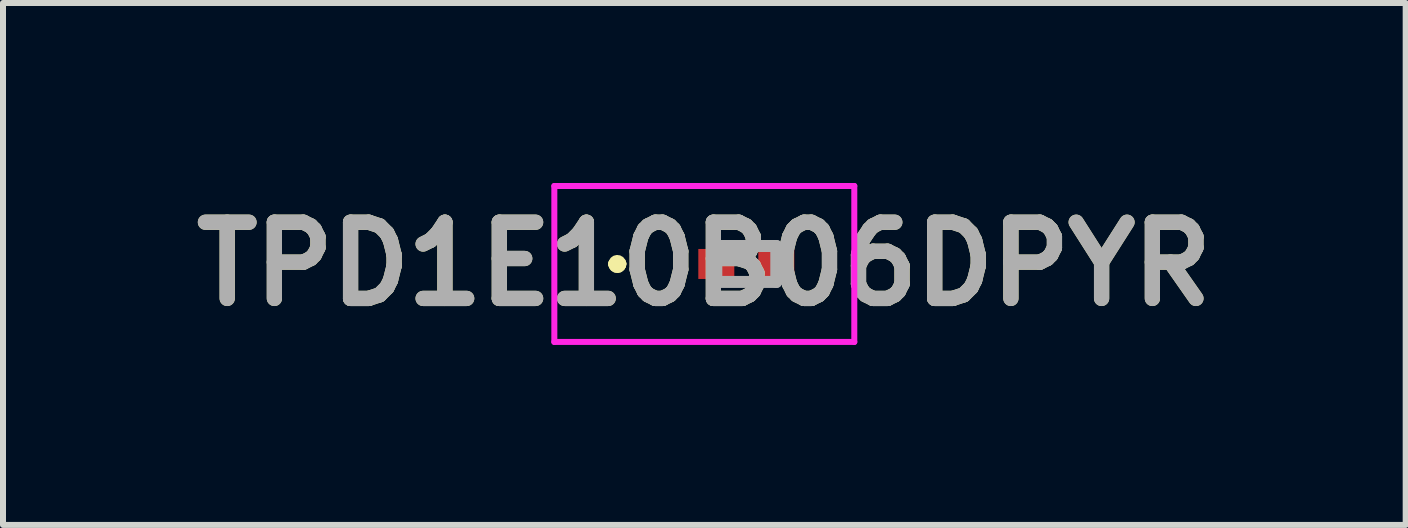
<source format=kicad_pcb>
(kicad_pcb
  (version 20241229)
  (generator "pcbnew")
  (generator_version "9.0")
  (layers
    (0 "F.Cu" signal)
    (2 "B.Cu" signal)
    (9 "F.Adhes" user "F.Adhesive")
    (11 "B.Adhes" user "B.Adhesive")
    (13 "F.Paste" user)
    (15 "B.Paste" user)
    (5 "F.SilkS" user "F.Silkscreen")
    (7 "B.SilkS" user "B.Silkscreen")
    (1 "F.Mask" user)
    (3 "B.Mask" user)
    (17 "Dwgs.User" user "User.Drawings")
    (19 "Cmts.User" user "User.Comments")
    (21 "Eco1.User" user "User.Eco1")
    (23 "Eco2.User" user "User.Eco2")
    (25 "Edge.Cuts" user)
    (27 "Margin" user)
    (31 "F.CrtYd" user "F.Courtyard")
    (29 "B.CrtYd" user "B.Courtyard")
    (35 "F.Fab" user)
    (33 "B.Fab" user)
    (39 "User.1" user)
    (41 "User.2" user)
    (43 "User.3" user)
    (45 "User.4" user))
  (footprint "TPD1E10B06DPYR"
    (layer "F.Cu")
    (at 9.39 1.35)
    (property "Reference" "TPD1E10B06DPYR" (at -0.7 0 0) (layer "F.SilkS") (effects (font (size 1.27 1.27) (thickness 0.254))))
    (attr smd)
    (fp_line (start -2.2 0) (end -2.2 0) (stroke (width 0.2) (type solid)) (layer "F.SilkS"))
    (fp_line (start -2.2 0) (end -2.2 0) (stroke (width 0.2) (type solid)) (layer "F.SilkS"))
    (fp_line (start -2.1 0) (end -2.1 0) (stroke (width 0.2) (type solid)) (layer "F.SilkS"))
    (fp_arc (start -2.2 0) (mid -2.15 -0.05) (end -2.1 0) (stroke (width 0.2) (type solid)) (layer "F.SilkS"))
    (fp_arc (start -2.1 0) (mid -2.15 0.05) (end -2.2 0) (stroke (width 0.2) (type solid)) (layer "F.SilkS"))
    (fp_arc (start -2.1 0) (mid -2.15 0.05) (end -2.2 0) (stroke (width 0.2) (type solid)) (layer "F.SilkS"))
    (fp_line (start -3.2 -1.3) (end 1.8 -1.3) (stroke (width 0.1) (type solid)) (layer "F.CrtYd"))
    (fp_line (start -3.2 1.3) (end -3.2 -1.3) (stroke (width 0.1) (type solid)) (layer "F.CrtYd"))
    (fp_line (start 1.8 -1.3) (end 1.8 1.3) (stroke (width 0.1) (type solid)) (layer "F.CrtYd"))
    (fp_line (start 1.8 1.3) (end -3.2 1.3) (stroke (width 0.1) (type solid)) (layer "F.CrtYd"))
    (fp_line (start -0.5 -0.3) (end -0.5 0.3) (stroke (width 0.2) (type solid)) (layer "F.Fab"))
    (fp_line (start -0.5 0.3) (end 0.5 0.3) (stroke (width 0.2) (type solid)) (layer "F.Fab"))
    (fp_line (start 0.5 -0.3) (end -0.5 -0.3) (stroke (width 0.2) (type solid)) (layer "F.Fab"))
    (fp_line (start 0.5 0.3) (end 0.5 -0.3) (stroke (width 0.2) (type solid)) (layer "F.Fab"))
    (fp_text user "${REFERENCE}" (at -0.7 0 0) (layer "F.Fab") (effects (font (size 1.27 1.27) (thickness 0.254))))
    (pad "1" smd rect (at -0.5 0 90) (size 0.5 0.6) (layers "F.Cu" "F.Mask" "F.Paste"))
    (pad "2" smd rect (at 0.5 0 90) (size 0.5 0.6) (layers "F.Cu" "F.Mask" "F.Paste")))
  (gr_rect
    (start -3 -3)
    (end 20.381 5.7)
    (stroke (width 0.1) (type default))
    (fill no)
    (layer "Edge.Cuts")))
</source>
